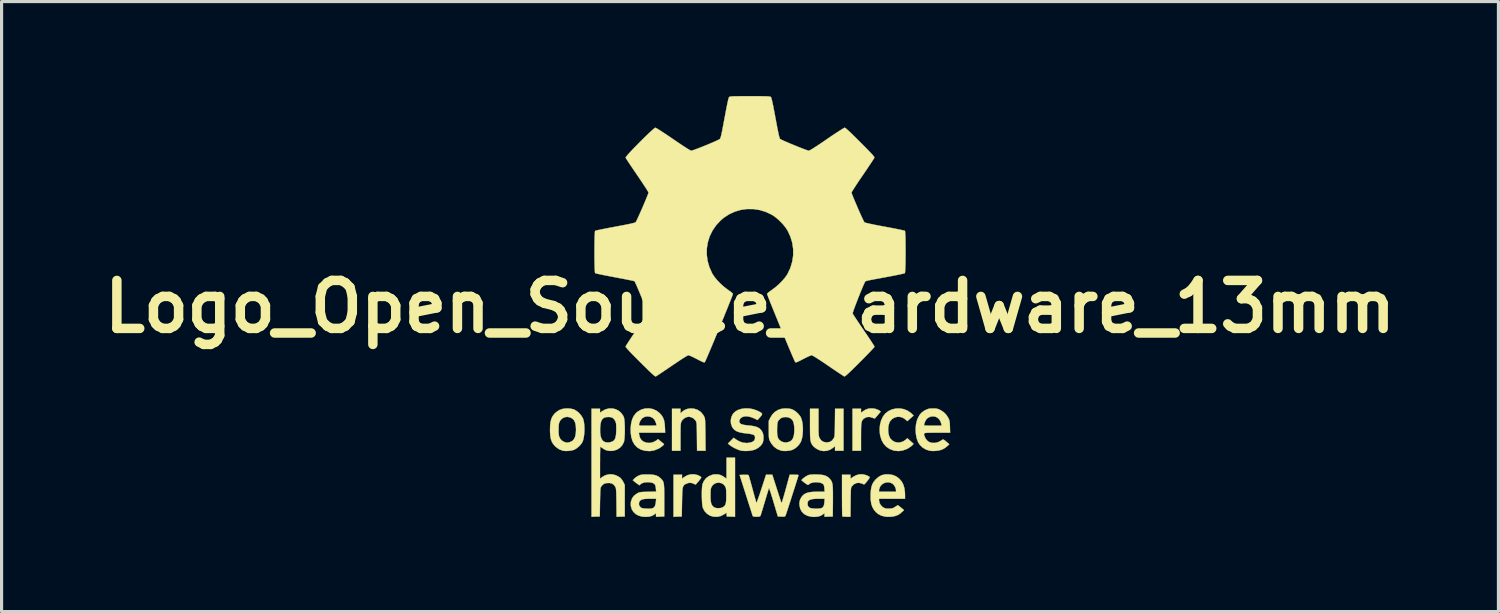
<source format=kicad_pcb>
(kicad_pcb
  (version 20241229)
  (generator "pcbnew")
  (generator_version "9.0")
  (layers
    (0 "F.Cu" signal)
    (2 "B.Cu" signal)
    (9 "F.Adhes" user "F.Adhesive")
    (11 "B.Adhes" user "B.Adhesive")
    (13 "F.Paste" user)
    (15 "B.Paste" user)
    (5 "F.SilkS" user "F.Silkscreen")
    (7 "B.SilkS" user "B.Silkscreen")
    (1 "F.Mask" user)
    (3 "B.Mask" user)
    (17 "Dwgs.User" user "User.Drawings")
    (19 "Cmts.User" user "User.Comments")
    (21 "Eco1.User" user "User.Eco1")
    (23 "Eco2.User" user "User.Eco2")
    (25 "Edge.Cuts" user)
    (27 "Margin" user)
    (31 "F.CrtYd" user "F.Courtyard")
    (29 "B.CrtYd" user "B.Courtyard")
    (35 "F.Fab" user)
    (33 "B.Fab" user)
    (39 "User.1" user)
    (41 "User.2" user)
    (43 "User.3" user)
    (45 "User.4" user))
  (footprint "Logo_Open_Source_Hardware_13mm"
    (layer "F.Cu")
    (at 20.763 6.688)
    (property "Reference" "Logo_Open_Source_Hardware_13mm" (at 0 0 0) (layer "F.SilkS") (effects (font (size 1.524 1.524) (thickness 0.3))))
    (attr through_hole)
    (fp_poly (pts (xy 3.987 3.245) (xy 4.066 3.274) (xy 4.111 3.3) (xy 4.149 3.33) (xy 4.064 3.431) (xy 4.023 3.479) (xy 3.991 3.518) (xy 3.971 3.541) (xy 3.969 3.544) (xy 3.95 3.545) (xy 3.912 3.535) (xy 3.882 3.523) (xy 3.795 3.499) (xy 3.71 3.504) (xy 3.635 3.539) (xy 3.617 3.552) (xy 3.591 3.575) (xy 3.571 3.599) (xy 3.555 3.627) (xy 3.543 3.663) (xy 3.535 3.711) (xy 3.529 3.775) (xy 3.526 3.858) (xy 3.525 3.965) (xy 3.524 4.098) (xy 3.524 4.135) (xy 3.524 4.572) (xy 3.254 4.572) (xy 3.254 3.239) (xy 3.524 3.239) (xy 3.524 3.367) (xy 3.576 3.328) (xy 3.66 3.274) (xy 3.742 3.242) (xy 3.814 3.229) (xy 3.899 3.229) (xy 3.987 3.245)) (stroke (width 0.01) (type solid)) (fill yes) (layer "F.SilkS"))
    (fp_poly (pts (xy -1.676 5.342) (xy -1.641 5.356) (xy -1.594 5.38) (xy -1.56 5.402) (xy -1.549 5.412) (xy -1.553 5.431) (xy -1.576 5.468) (xy -1.612 5.515) (xy -1.63 5.537) (xy -1.671 5.585) (xy -1.703 5.622) (xy -1.721 5.644) (xy -1.723 5.647) (xy -1.737 5.643) (xy -1.769 5.628) (xy -1.786 5.62) (xy -1.871 5.592) (xy -1.956 5.595) (xy -2.023 5.619) (xy -2.058 5.637) (xy -2.085 5.655) (xy -2.107 5.678) (xy -2.123 5.709) (xy -2.136 5.751) (xy -2.144 5.808) (xy -2.15 5.883) (xy -2.154 5.981) (xy -2.157 6.104) (xy -2.159 6.207) (xy -2.167 6.66) (xy -2.298 6.664) (xy -2.429 6.669) (xy -2.429 5.334) (xy -2.159 5.334) (xy -2.159 5.462) (xy -2.099 5.415) (xy -2.003 5.357) (xy -1.896 5.325) (xy -1.784 5.319) (xy -1.676 5.342)) (stroke (width 0.01) (type solid)) (fill yes) (layer "F.SilkS"))
    (fp_poly (pts (xy 3.593 5.322) (xy 3.701 5.353) (xy 3.709 5.356) (xy 3.756 5.38) (xy 3.79 5.401) (xy 3.801 5.412) (xy 3.796 5.429) (xy 3.774 5.464) (xy 3.743 5.508) (xy 3.707 5.554) (xy 3.671 5.597) (xy 3.641 5.629) (xy 3.622 5.642) (xy 3.621 5.643) (xy 3.602 5.636) (xy 3.565 5.621) (xy 3.549 5.613) (xy 3.463 5.591) (xy 3.38 5.598) (xy 3.302 5.635) (xy 3.235 5.7) (xy 3.232 5.705) (xy 3.222 5.719) (xy 3.215 5.736) (xy 3.209 5.759) (xy 3.204 5.793) (xy 3.201 5.84) (xy 3.199 5.904) (xy 3.197 5.99) (xy 3.195 6.101) (xy 3.194 6.208) (xy 3.189 6.668) (xy 3.066 6.668) (xy 3.006 6.666) (xy 2.959 6.663) (xy 2.933 6.658) (xy 2.932 6.657) (xy 2.929 6.639) (xy 2.927 6.593) (xy 2.925 6.522) (xy 2.924 6.43) (xy 2.922 6.319) (xy 2.922 6.193) (xy 2.921 6.056) (xy 2.921 5.99) (xy 2.921 5.334) (xy 3.191 5.334) (xy 3.191 5.461) (xy 3.266 5.407) (xy 3.371 5.35) (xy 3.481 5.321) (xy 3.593 5.322)) (stroke (width 0.01) (type solid)) (fill yes) (layer "F.SilkS"))
    (fp_poly (pts (xy 2.175 3.672) (xy 2.175 3.801) (xy 2.175 3.902) (xy 2.177 3.98) (xy 2.179 4.038) (xy 2.182 4.081) (xy 2.187 4.113) (xy 2.194 4.138) (xy 2.203 4.16) (xy 2.211 4.175) (xy 2.261 4.246) (xy 2.329 4.29) (xy 2.415 4.308) (xy 2.436 4.309) (xy 2.524 4.296) (xy 2.594 4.258) (xy 2.649 4.193) (xy 2.654 4.184) (xy 2.665 4.164) (xy 2.673 4.144) (xy 2.68 4.119) (xy 2.685 4.086) (xy 2.688 4.041) (xy 2.691 3.979) (xy 2.693 3.898) (xy 2.695 3.791) (xy 2.696 3.679) (xy 2.701 3.239) (xy 2.969 3.239) (xy 2.969 4.572) (xy 2.699 4.572) (xy 2.699 4.426) (xy 2.64 4.477) (xy 2.546 4.539) (xy 2.44 4.575) (xy 2.329 4.583) (xy 2.218 4.562) (xy 2.212 4.559) (xy 2.111 4.511) (xy 2.027 4.447) (xy 1.985 4.398) (xy 1.964 4.367) (xy 1.946 4.335) (xy 1.933 4.3) (xy 1.923 4.258) (xy 1.915 4.204) (xy 1.91 4.136) (xy 1.907 4.049) (xy 1.906 3.94) (xy 1.905 3.804) (xy 1.905 3.729) (xy 1.905 3.239) (xy 2.175 3.239) (xy 2.175 3.672)) (stroke (width 0.01) (type solid)) (fill yes) (layer "F.SilkS"))
    (fp_poly (pts (xy 4.881 3.252) (xy 4.999 3.299) (xy 5.105 3.37) (xy 5.149 3.41) (xy 5.193 3.457) (xy 4.994 3.633) (xy 4.935 3.58) (xy 4.854 3.526) (xy 4.766 3.498) (xy 4.675 3.496) (xy 4.589 3.519) (xy 4.512 3.565) (xy 4.45 3.633) (xy 4.426 3.678) (xy 4.398 3.769) (xy 4.386 3.872) (xy 4.389 3.978) (xy 4.407 4.077) (xy 4.439 4.159) (xy 4.45 4.178) (xy 4.515 4.247) (xy 4.594 4.292) (xy 4.684 4.313) (xy 4.776 4.307) (xy 4.867 4.275) (xy 4.935 4.229) (xy 4.996 4.176) (xy 5.193 4.354) (xy 5.141 4.409) (xy 5.099 4.443) (xy 5.041 4.482) (xy 4.979 4.517) (xy 4.976 4.518) (xy 4.851 4.564) (xy 4.722 4.583) (xy 4.595 4.573) (xy 4.564 4.567) (xy 4.436 4.518) (xy 4.328 4.446) (xy 4.242 4.351) (xy 4.177 4.233) (xy 4.134 4.092) (xy 4.124 4.036) (xy 4.115 3.89) (xy 4.128 3.747) (xy 4.162 3.614) (xy 4.216 3.496) (xy 4.288 3.399) (xy 4.296 3.391) (xy 4.395 3.313) (xy 4.508 3.261) (xy 4.63 3.233) (xy 4.756 3.23) (xy 4.881 3.252)) (stroke (width 0.01) (type solid)) (fill yes) (layer "F.SilkS"))
    (fp_poly (pts (xy -1.771 3.239) (xy -1.667 3.273) (xy -1.664 3.275) (xy -1.566 3.34) (xy -1.489 3.43) (xy -1.448 3.503) (xy -1.441 3.524) (xy -1.434 3.55) (xy -1.429 3.585) (xy -1.425 3.633) (xy -1.422 3.698) (xy -1.42 3.782) (xy -1.418 3.89) (xy -1.416 4.025) (xy -1.416 4.068) (xy -1.411 4.572) (xy -1.681 4.572) (xy -1.686 4.124) (xy -1.687 3.992) (xy -1.689 3.889) (xy -1.691 3.81) (xy -1.693 3.75) (xy -1.697 3.707) (xy -1.702 3.676) (xy -1.708 3.652) (xy -1.717 3.634) (xy -1.728 3.615) (xy -1.729 3.614) (xy -1.781 3.556) (xy -1.852 3.514) (xy -1.929 3.494) (xy -1.945 3.493) (xy -2.019 3.507) (xy -2.091 3.545) (xy -2.149 3.6) (xy -2.171 3.635) (xy -2.182 3.657) (xy -2.19 3.679) (xy -2.196 3.706) (xy -2.2 3.741) (xy -2.203 3.788) (xy -2.205 3.852) (xy -2.206 3.937) (xy -2.207 4.047) (xy -2.207 4.139) (xy -2.207 4.572) (xy -2.477 4.572) (xy -2.477 3.239) (xy -2.207 3.239) (xy -2.207 3.386) (xy -2.163 3.342) (xy -2.083 3.282) (xy -1.986 3.244) (xy -1.879 3.229) (xy -1.771 3.239)) (stroke (width 0.01) (type solid)) (fill yes) (layer "F.SilkS"))
    (fp_poly (pts (xy -0.476 6.669) (xy -0.738 6.66) (xy -0.743 6.6) (xy -0.748 6.54) (xy -0.815 6.586) (xy -0.925 6.644) (xy -1.042 6.671) (xy -1.163 6.666) (xy -1.27 6.634) (xy -1.363 6.575) (xy -1.44 6.494) (xy -1.493 6.397) (xy -1.503 6.366) (xy -1.513 6.313) (xy -1.521 6.236) (xy -1.526 6.142) (xy -1.529 6.038) (xy -1.53 5.986) (xy -1.254 5.986) (xy -1.252 6.095) (xy -1.246 6.178) (xy -1.234 6.24) (xy -1.215 6.288) (xy -1.188 6.327) (xy -1.184 6.332) (xy -1.147 6.366) (xy -1.103 6.386) (xy -1.044 6.395) (xy -1 6.397) (xy -0.919 6.389) (xy -0.862 6.367) (xy -0.823 6.339) (xy -0.795 6.307) (xy -0.775 6.266) (xy -0.763 6.21) (xy -0.756 6.134) (xy -0.754 6.033) (xy -0.754 6.001) (xy -0.755 5.907) (xy -0.757 5.839) (xy -0.761 5.79) (xy -0.768 5.754) (xy -0.779 5.725) (xy -0.787 5.709) (xy -0.835 5.646) (xy -0.9 5.606) (xy -0.974 5.587) (xy -1.05 5.591) (xy -1.122 5.617) (xy -1.183 5.664) (xy -1.218 5.714) (xy -1.234 5.748) (xy -1.244 5.783) (xy -1.25 5.826) (xy -1.253 5.884) (xy -1.254 5.965) (xy -1.254 5.986) (xy -1.53 5.986) (xy -1.53 5.932) (xy -1.528 5.83) (xy -1.523 5.74) (xy -1.515 5.67) (xy -1.509 5.636) (xy -1.465 5.533) (xy -1.396 5.446) (xy -1.307 5.38) (xy -1.203 5.337) (xy -1.12 5.322) (xy -1.031 5.322) (xy -0.953 5.338) (xy -0.875 5.374) (xy -0.825 5.406) (xy -0.746 5.459) (xy -0.746 4.794) (xy -0.476 4.794) (xy -0.476 6.669)) (stroke (width 0.01) (type solid)) (fill yes) (layer "F.SilkS"))
    (fp_poly (pts (xy 1.2 3.231) (xy 1.297 3.246) (xy 1.352 3.265) (xy 1.439 3.317) (xy 1.521 3.389) (xy 1.588 3.47) (xy 1.614 3.514) (xy 1.646 3.601) (xy 1.667 3.71) (xy 1.678 3.832) (xy 1.678 3.959) (xy 1.668 4.083) (xy 1.646 4.196) (xy 1.615 4.288) (xy 1.611 4.295) (xy 1.56 4.375) (xy 1.49 4.45) (xy 1.411 4.511) (xy 1.337 4.548) (xy 1.249 4.569) (xy 1.152 4.58) (xy 1.057 4.579) (xy 0.983 4.567) (xy 0.861 4.518) (xy 0.76 4.444) (xy 0.677 4.344) (xy 0.631 4.26) (xy 0.618 4.229) (xy 0.608 4.199) (xy 0.602 4.162) (xy 0.598 4.114) (xy 0.596 4.048) (xy 0.596 3.981) (xy 0.859 3.981) (xy 0.866 4.073) (xy 0.881 4.144) (xy 0.907 4.199) (xy 0.938 4.237) (xy 1.006 4.284) (xy 1.089 4.308) (xy 1.177 4.308) (xy 1.262 4.282) (xy 1.269 4.279) (xy 1.323 4.239) (xy 1.362 4.182) (xy 1.389 4.102) (xy 1.401 4.031) (xy 1.408 3.928) (xy 1.406 3.826) (xy 1.394 3.732) (xy 1.374 3.655) (xy 1.35 3.604) (xy 1.291 3.546) (xy 1.214 3.512) (xy 1.127 3.502) (xy 1.035 3.514) (xy 0.961 3.551) (xy 0.903 3.614) (xy 0.9 3.619) (xy 0.884 3.649) (xy 0.874 3.683) (xy 0.867 3.728) (xy 0.862 3.793) (xy 0.86 3.863) (xy 0.859 3.981) (xy 0.596 3.981) (xy 0.595 3.96) (xy 0.595 3.905) (xy 0.595 3.627) (xy 0.647 3.521) (xy 0.708 3.422) (xy 0.783 3.345) (xy 0.88 3.284) (xy 0.904 3.272) (xy 0.992 3.244) (xy 1.094 3.23) (xy 1.2 3.231)) (stroke (width 0.01) (type solid)) (fill yes) (layer "F.SilkS"))
    (fp_poly (pts (xy -5.716 3.233) (xy -5.612 3.255) (xy -5.576 3.269) (xy -5.498 3.316) (xy -5.421 3.382) (xy -5.356 3.46) (xy -5.308 3.54) (xy -5.294 3.576) (xy -5.272 3.674) (xy -5.26 3.788) (xy -5.257 3.91) (xy -5.263 4.031) (xy -5.278 4.145) (xy -5.3 4.242) (xy -5.323 4.3) (xy -5.368 4.368) (xy -5.432 4.436) (xy -5.505 4.496) (xy -5.578 4.539) (xy -5.599 4.547) (xy -5.676 4.567) (xy -5.766 4.578) (xy -5.854 4.581) (xy -5.928 4.574) (xy -5.941 4.572) (xy -6.06 4.526) (xy -6.165 4.452) (xy -6.193 4.425) (xy -6.251 4.357) (xy -6.294 4.284) (xy -6.323 4.2) (xy -6.341 4.1) (xy -6.349 3.978) (xy -6.35 3.906) (xy -6.079 3.906) (xy -6.078 3.991) (xy -6.072 4.065) (xy -6.063 4.116) (xy -6.026 4.194) (xy -5.965 4.257) (xy -5.898 4.294) (xy -5.844 4.311) (xy -5.802 4.316) (xy -5.757 4.309) (xy -5.724 4.3) (xy -5.649 4.267) (xy -5.593 4.212) (xy -5.554 4.133) (xy -5.532 4.03) (xy -5.524 3.905) (xy -5.531 3.781) (xy -5.551 3.682) (xy -5.586 3.607) (xy -5.638 3.553) (xy -5.707 3.516) (xy -5.795 3.497) (xy -5.879 3.507) (xy -5.956 3.543) (xy -6.017 3.6) (xy -6.058 3.678) (xy -6.062 3.691) (xy -6.072 3.746) (xy -6.077 3.821) (xy -6.079 3.906) (xy -6.35 3.906) (xy -6.35 3.905) (xy -6.346 3.766) (xy -6.332 3.653) (xy -6.307 3.559) (xy -6.269 3.479) (xy -6.216 3.408) (xy -6.189 3.379) (xy -6.136 3.335) (xy -6.072 3.293) (xy -6.035 3.273) (xy -5.939 3.242) (xy -5.829 3.229) (xy -5.716 3.233)) (stroke (width 0.01) (type solid)) (fill yes) (layer "F.SilkS"))
    (fp_poly (pts (xy 4.517 5.339) (xy 4.618 5.376) (xy 4.711 5.438) (xy 4.739 5.463) (xy 4.813 5.547) (xy 4.866 5.645) (xy 4.901 5.762) (xy 4.919 5.901) (xy 4.921 5.989) (xy 4.921 6.096) (xy 4.096 6.096) (xy 4.096 6.149) (xy 4.11 6.224) (xy 4.149 6.297) (xy 4.206 6.357) (xy 4.239 6.378) (xy 4.284 6.399) (xy 4.327 6.409) (xy 4.382 6.412) (xy 4.424 6.41) (xy 4.49 6.405) (xy 4.537 6.395) (xy 4.579 6.375) (xy 4.611 6.354) (xy 4.653 6.326) (xy 4.683 6.307) (xy 4.693 6.302) (xy 4.709 6.312) (xy 4.742 6.337) (xy 4.786 6.373) (xy 4.795 6.38) (xy 4.889 6.458) (xy 4.819 6.522) (xy 4.773 6.561) (xy 4.728 6.595) (xy 4.705 6.609) (xy 4.607 6.646) (xy 4.493 6.667) (xy 4.372 6.672) (xy 4.298 6.666) (xy 4.175 6.636) (xy 4.072 6.584) (xy 3.997 6.522) (xy 3.929 6.44) (xy 3.879 6.348) (xy 3.847 6.241) (xy 3.83 6.114) (xy 3.829 5.963) (xy 3.83 5.943) (xy 3.838 5.829) (xy 4.096 5.829) (xy 4.096 5.874) (xy 4.636 5.874) (xy 4.636 5.825) (xy 4.623 5.761) (xy 4.59 5.693) (xy 4.543 5.635) (xy 4.522 5.618) (xy 4.447 5.583) (xy 4.365 5.574) (xy 4.283 5.589) (xy 4.209 5.626) (xy 4.15 5.684) (xy 4.131 5.714) (xy 4.11 5.766) (xy 4.097 5.813) (xy 4.096 5.829) (xy 3.838 5.829) (xy 3.839 5.819) (xy 3.856 5.719) (xy 3.884 5.636) (xy 3.925 5.564) (xy 3.982 5.493) (xy 4 5.475) (xy 4.092 5.396) (xy 4.188 5.347) (xy 4.296 5.323) (xy 4.397 5.322) (xy 4.517 5.339)) (stroke (width 0.01) (type solid)) (fill yes) (layer "F.SilkS"))
    (fp_poly (pts (xy -3.088 3.249) (xy -2.974 3.299) (xy -2.885 3.365) (xy -2.814 3.439) (xy -2.764 3.518) (xy -2.729 3.609) (xy -2.709 3.717) (xy -2.702 3.822) (xy -2.695 4) (xy -3.528 4) (xy -3.52 4.062) (xy -3.495 4.158) (xy -3.447 4.233) (xy -3.391 4.278) (xy -3.294 4.317) (xy -3.191 4.326) (xy -3.089 4.307) (xy -2.993 4.26) (xy -2.975 4.247) (xy -2.92 4.204) (xy -2.829 4.28) (xy -2.784 4.317) (xy -2.75 4.346) (xy -2.732 4.36) (xy -2.732 4.361) (xy -2.735 4.376) (xy -2.758 4.402) (xy -2.797 4.435) (xy -2.843 4.469) (xy -2.892 4.5) (xy -2.903 4.505) (xy -3.037 4.56) (xy -3.173 4.584) (xy -3.315 4.576) (xy -3.349 4.571) (xy -3.474 4.532) (xy -3.579 4.469) (xy -3.664 4.382) (xy -3.727 4.273) (xy -3.769 4.142) (xy -3.789 3.989) (xy -3.79 3.858) (xy -3.778 3.743) (xy -3.524 3.743) (xy -3.523 3.755) (xy -3.518 3.765) (xy -3.504 3.771) (xy -3.477 3.775) (xy -3.433 3.777) (xy -3.366 3.778) (xy -3.273 3.778) (xy -3.246 3.778) (xy -3.157 3.778) (xy -3.079 3.776) (xy -3.018 3.773) (xy -2.98 3.77) (xy -2.969 3.766) (xy -2.977 3.722) (xy -2.996 3.665) (xy -3.021 3.61) (xy -3.041 3.577) (xy -3.1 3.524) (xy -3.175 3.492) (xy -3.257 3.482) (xy -3.337 3.494) (xy -3.408 3.531) (xy -3.415 3.536) (xy -3.459 3.585) (xy -3.495 3.646) (xy -3.519 3.708) (xy -3.524 3.743) (xy -3.778 3.743) (xy -3.773 3.702) (xy -3.74 3.571) (xy -3.688 3.463) (xy -3.616 3.374) (xy -3.56 3.327) (xy -3.449 3.265) (xy -3.33 3.232) (xy -3.208 3.227) (xy -3.088 3.249)) (stroke (width 0.01) (type solid)) (fill yes) (layer "F.SilkS"))
    (fp_poly (pts (xy -0.027 3.231) (xy 0.1 3.254) (xy 0.224 3.298) (xy 0.253 3.312) (xy 0.323 3.348) (xy 0.365 3.375) (xy 0.383 3.401) (xy 0.378 3.429) (xy 0.353 3.467) (xy 0.32 3.506) (xy 0.239 3.598) (xy 0.132 3.545) (xy 0.027 3.504) (xy -0.072 3.482) (xy -0.161 3.48) (xy -0.237 3.499) (xy -0.295 3.536) (xy -0.323 3.575) (xy -0.34 3.618) (xy -0.342 3.648) (xy -0.33 3.679) (xy -0.312 3.705) (xy -0.281 3.726) (xy -0.234 3.743) (xy -0.167 3.756) (xy -0.074 3.768) (xy -0.007 3.774) (xy 0.12 3.792) (xy 0.22 3.82) (xy 0.298 3.862) (xy 0.356 3.92) (xy 0.4 3.995) (xy 0.404 4.004) (xy 0.422 4.073) (xy 0.429 4.157) (xy 0.423 4.24) (xy 0.406 4.312) (xy 0.398 4.332) (xy 0.343 4.41) (xy 0.265 4.478) (xy 0.172 4.53) (xy 0.152 4.538) (xy 0.068 4.561) (xy -0.034 4.576) (xy -0.14 4.581) (xy -0.238 4.576) (xy -0.278 4.57) (xy -0.355 4.548) (xy -0.445 4.511) (xy -0.534 4.466) (xy -0.611 4.418) (xy -0.64 4.396) (xy -0.701 4.345) (xy -0.61 4.253) (xy -0.518 4.161) (xy -0.443 4.216) (xy -0.333 4.28) (xy -0.214 4.318) (xy -0.094 4.329) (xy 0.021 4.311) (xy 0.092 4.283) (xy 0.136 4.246) (xy 0.156 4.194) (xy 0.159 4.156) (xy 0.155 4.117) (xy 0.139 4.088) (xy 0.109 4.066) (xy 0.059 4.049) (xy -0.014 4.035) (xy -0.115 4.023) (xy -0.12 4.023) (xy -0.252 4.005) (xy -0.357 3.98) (xy -0.439 3.947) (xy -0.502 3.903) (xy -0.549 3.847) (xy -0.571 3.81) (xy -0.605 3.71) (xy -0.611 3.604) (xy -0.591 3.5) (xy -0.544 3.406) (xy -0.54 3.4) (xy -0.471 3.33) (xy -0.38 3.278) (xy -0.272 3.244) (xy -0.153 3.228) (xy -0.027 3.231)) (stroke (width 0.01) (type solid)) (fill yes) (layer "F.SilkS"))
    (fp_poly (pts (xy 5.884 3.232) (xy 5.938 3.239) (xy 5.985 3.253) (xy 6.035 3.275) (xy 6.143 3.344) (xy 6.233 3.433) (xy 6.299 3.538) (xy 6.301 3.54) (xy 6.319 3.584) (xy 6.332 3.627) (xy 6.34 3.679) (xy 6.345 3.747) (xy 6.347 3.814) (xy 6.353 4) (xy 5.939 4) (xy 5.81 4) (xy 5.711 4.001) (xy 5.636 4.002) (xy 5.583 4.006) (xy 5.549 4.013) (xy 5.53 4.024) (xy 5.524 4.04) (xy 5.526 4.062) (xy 5.534 4.092) (xy 5.541 4.115) (xy 5.573 4.185) (xy 5.623 4.249) (xy 5.681 4.293) (xy 5.769 4.322) (xy 5.866 4.325) (xy 5.964 4.304) (xy 6.054 4.26) (xy 6.073 4.247) (xy 6.101 4.227) (xy 6.122 4.217) (xy 6.145 4.22) (xy 6.174 4.238) (xy 6.217 4.273) (xy 6.256 4.307) (xy 6.326 4.368) (xy 6.25 4.437) (xy 6.193 4.482) (xy 6.126 4.521) (xy 6.086 4.54) (xy 6 4.563) (xy 5.899 4.577) (xy 5.798 4.581) (xy 5.71 4.573) (xy 5.701 4.572) (xy 5.581 4.532) (xy 5.476 4.468) (xy 5.391 4.385) (xy 5.336 4.299) (xy 5.291 4.174) (xy 5.265 4.033) (xy 5.258 3.885) (xy 5.268 3.765) (xy 5.524 3.765) (xy 5.54 3.769) (xy 5.581 3.773) (xy 5.645 3.776) (xy 5.724 3.778) (xy 5.804 3.778) (xy 6.084 3.778) (xy 6.073 3.719) (xy 6.042 3.628) (xy 5.991 3.557) (xy 5.924 3.507) (xy 5.847 3.482) (xy 5.764 3.482) (xy 5.681 3.51) (xy 5.62 3.551) (xy 5.589 3.588) (xy 5.56 3.644) (xy 5.536 3.705) (xy 5.525 3.758) (xy 5.524 3.765) (xy 5.268 3.765) (xy 5.27 3.739) (xy 5.302 3.605) (xy 5.327 3.543) (xy 5.38 3.443) (xy 5.442 3.368) (xy 5.52 3.309) (xy 5.569 3.283) (xy 5.626 3.256) (xy 5.674 3.24) (xy 5.724 3.233) (xy 5.79 3.231) (xy 5.81 3.231) (xy 5.884 3.232)) (stroke (width 0.01) (type solid)) (fill yes) (layer "F.SilkS"))
    (fp_poly (pts (xy -3.141 5.33) (xy -3.044 5.341) (xy -2.967 5.363) (xy -2.902 5.396) (xy -2.844 5.443) (xy -2.833 5.453) (xy -2.805 5.482) (xy -2.781 5.51) (xy -2.763 5.54) (xy -2.749 5.576) (xy -2.738 5.621) (xy -2.731 5.679) (xy -2.727 5.753) (xy -2.724 5.847) (xy -2.723 5.965) (xy -2.723 6.11) (xy -2.723 6.152) (xy -2.723 6.66) (xy -2.854 6.664) (xy -2.985 6.669) (xy -2.985 6.554) (xy -3.032 6.593) (xy -3.111 6.64) (xy -3.211 6.666) (xy -3.331 6.672) (xy -3.416 6.665) (xy -3.531 6.636) (xy -3.628 6.584) (xy -3.704 6.513) (xy -3.757 6.425) (xy -3.784 6.324) (xy -3.784 6.265) (xy -3.529 6.265) (xy -3.512 6.325) (xy -3.471 6.373) (xy -3.442 6.39) (xy -3.396 6.401) (xy -3.33 6.409) (xy -3.255 6.413) (xy -3.181 6.412) (xy -3.12 6.406) (xy -3.09 6.398) (xy -3.045 6.369) (xy -3.014 6.319) (xy -2.995 6.243) (xy -2.99 6.201) (xy -2.98 6.096) (xy -3.172 6.096) (xy -3.286 6.099) (xy -3.372 6.107) (xy -3.435 6.123) (xy -3.479 6.148) (xy -3.509 6.182) (xy -3.518 6.202) (xy -3.529 6.265) (xy -3.784 6.265) (xy -3.784 6.214) (xy -3.778 6.183) (xy -3.743 6.082) (xy -3.681 5.999) (xy -3.592 5.933) (xy -3.587 5.93) (xy -3.553 5.912) (xy -3.524 5.899) (xy -3.492 5.89) (xy -3.452 5.885) (xy -3.397 5.881) (xy -3.321 5.878) (xy -3.24 5.876) (xy -2.98 5.87) (xy -2.989 5.768) (xy -3 5.692) (xy -3.022 5.641) (xy -3.06 5.608) (xy -3.11 5.588) (xy -3.198 5.573) (xy -3.288 5.572) (xy -3.372 5.584) (xy -3.44 5.61) (xy -3.47 5.631) (xy -3.512 5.669) (xy -3.57 5.628) (xy -3.619 5.592) (xy -3.667 5.555) (xy -3.675 5.548) (xy -3.722 5.51) (xy -3.669 5.455) (xy -3.622 5.415) (xy -3.563 5.377) (xy -3.534 5.363) (xy -3.494 5.347) (xy -3.455 5.336) (xy -3.407 5.33) (xy -3.344 5.327) (xy -3.262 5.326) (xy -3.141 5.33)) (stroke (width 0.01) (type solid)) (fill yes) (layer "F.SilkS"))
    (fp_poly (pts (xy 2.222 5.331) (xy 2.322 5.345) (xy 2.403 5.369) (xy 2.469 5.405) (xy 2.526 5.456) (xy 2.53 5.461) (xy 2.558 5.494) (xy 2.58 5.527) (xy 2.598 5.564) (xy 2.611 5.609) (xy 2.621 5.665) (xy 2.627 5.736) (xy 2.631 5.826) (xy 2.632 5.938) (xy 2.632 6.076) (xy 2.632 6.176) (xy 2.627 6.66) (xy 2.496 6.664) (xy 2.365 6.669) (xy 2.365 6.554) (xy 2.318 6.593) (xy 2.241 6.639) (xy 2.142 6.666) (xy 2.026 6.674) (xy 1.933 6.666) (xy 1.817 6.636) (xy 1.72 6.583) (xy 1.645 6.509) (xy 1.595 6.416) (xy 1.571 6.307) (xy 1.569 6.259) (xy 1.569 6.248) (xy 1.826 6.248) (xy 1.835 6.316) (xy 1.866 6.363) (xy 1.91 6.39) (xy 1.956 6.402) (xy 2.022 6.409) (xy 2.098 6.413) (xy 2.172 6.411) (xy 2.235 6.404) (xy 2.264 6.397) (xy 2.307 6.374) (xy 2.336 6.335) (xy 2.354 6.275) (xy 2.362 6.204) (xy 2.37 6.096) (xy 2.189 6.096) (xy 2.066 6.099) (xy 1.972 6.11) (xy 1.904 6.129) (xy 1.859 6.158) (xy 1.833 6.197) (xy 1.826 6.248) (xy 1.569 6.248) (xy 1.574 6.187) (xy 1.59 6.127) (xy 1.614 6.078) (xy 1.658 6.011) (xy 1.713 5.959) (xy 1.781 5.921) (xy 1.866 5.895) (xy 1.974 5.88) (xy 2.107 5.874) (xy 2.147 5.874) (xy 2.369 5.874) (xy 2.363 5.771) (xy 2.353 5.696) (xy 2.335 5.648) (xy 2.327 5.637) (xy 2.279 5.604) (xy 2.211 5.583) (xy 2.131 5.573) (xy 2.047 5.575) (xy 1.969 5.588) (xy 1.904 5.612) (xy 1.862 5.646) (xy 1.85 5.656) (xy 1.832 5.655) (xy 1.804 5.64) (xy 1.758 5.608) (xy 1.739 5.595) (xy 1.691 5.558) (xy 1.655 5.528) (xy 1.636 5.51) (xy 1.635 5.507) (xy 1.648 5.487) (xy 1.68 5.457) (xy 1.724 5.422) (xy 1.773 5.388) (xy 1.82 5.362) (xy 1.825 5.359) (xy 1.861 5.345) (xy 1.899 5.335) (xy 1.946 5.33) (xy 2.011 5.327) (xy 2.095 5.327) (xy 2.222 5.331)) (stroke (width 0.01) (type solid)) (fill yes) (layer "F.SilkS"))
    (fp_poly (pts (xy 0.848 5.775) (xy 0.885 5.888) (xy 0.918 5.991) (xy 0.948 6.082) (xy 0.972 6.155) (xy 0.989 6.206) (xy 0.998 6.232) (xy 0.999 6.235) (xy 1.006 6.225) (xy 1.019 6.188) (xy 1.039 6.127) (xy 1.063 6.047) (xy 1.091 5.95) (xy 1.122 5.84) (xy 1.135 5.794) (xy 1.26 5.334) (xy 1.4 5.334) (xy 1.462 5.335) (xy 1.51 5.338) (xy 1.537 5.343) (xy 1.54 5.345) (xy 1.535 5.364) (xy 1.522 5.408) (xy 1.501 5.475) (xy 1.474 5.561) (xy 1.443 5.661) (xy 1.407 5.772) (xy 1.369 5.891) (xy 1.33 6.012) (xy 1.292 6.134) (xy 1.254 6.25) (xy 1.219 6.358) (xy 1.187 6.455) (xy 1.161 6.535) (xy 1.141 6.595) (xy 1.128 6.631) (xy 1.124 6.64) (xy 1.112 6.655) (xy 1.088 6.663) (xy 1.046 6.666) (xy 0.997 6.664) (xy 0.885 6.66) (xy 0.748 6.204) (xy 0.714 6.09) (xy 0.682 5.987) (xy 0.654 5.899) (xy 0.631 5.83) (xy 0.614 5.782) (xy 0.604 5.76) (xy 0.603 5.759) (xy 0.596 5.777) (xy 0.581 5.821) (xy 0.561 5.887) (xy 0.535 5.972) (xy 0.505 6.072) (xy 0.472 6.181) (xy 0.469 6.191) (xy 0.436 6.303) (xy 0.405 6.405) (xy 0.378 6.494) (xy 0.356 6.566) (xy 0.34 6.615) (xy 0.331 6.639) (xy 0.331 6.64) (xy 0.317 6.655) (xy 0.289 6.664) (xy 0.241 6.667) (xy 0.205 6.668) (xy 0.135 6.665) (xy 0.096 6.656) (xy 0.087 6.648) (xy 0.081 6.629) (xy 0.066 6.583) (xy 0.044 6.513) (xy 0.015 6.423) (xy -0.02 6.315) (xy -0.059 6.194) (xy -0.101 6.061) (xy -0.125 5.985) (xy -0.33 5.342) (xy -0.194 5.337) (xy -0.132 5.337) (xy -0.081 5.339) (xy -0.052 5.343) (xy -0.048 5.345) (xy -0.041 5.363) (xy -0.027 5.408) (xy -0.008 5.475) (xy 0.017 5.561) (xy 0.045 5.662) (xy 0.075 5.773) (xy 0.078 5.786) (xy 0.109 5.898) (xy 0.137 6) (xy 0.162 6.088) (xy 0.182 6.157) (xy 0.196 6.205) (xy 0.204 6.226) (xy 0.205 6.227) (xy 0.212 6.215) (xy 0.228 6.177) (xy 0.25 6.116) (xy 0.279 6.035) (xy 0.312 5.938) (xy 0.348 5.829) (xy 0.362 5.786) (xy 0.509 5.334) (xy 0.707 5.334) (xy 0.848 5.775)) (stroke (width 0.01) (type solid)) (fill yes) (layer "F.SilkS"))
    (fp_poly (pts (xy -4.272 3.253) (xy -4.175 3.3) (xy -4.093 3.37) (xy -4.028 3.461) (xy -4.005 3.511) (xy -3.994 3.559) (xy -3.985 3.633) (xy -3.979 3.725) (xy -3.976 3.828) (xy -3.975 3.936) (xy -3.977 4.042) (xy -3.983 4.14) (xy -3.991 4.222) (xy -4.001 4.283) (xy -4.005 4.297) (xy -4.056 4.397) (xy -4.13 4.478) (xy -4.223 4.537) (xy -4.331 4.571) (xy -4.421 4.579) (xy -4.505 4.573) (xy -4.576 4.554) (xy -4.645 4.517) (xy -4.694 4.483) (xy -4.728 4.459) (xy -4.751 4.446) (xy -4.754 4.445) (xy -4.756 4.46) (xy -4.758 4.503) (xy -4.759 4.571) (xy -4.761 4.659) (xy -4.762 4.764) (xy -4.762 4.881) (xy -4.763 4.953) (xy -4.763 5.461) (xy -4.693 5.408) (xy -4.594 5.351) (xy -4.486 5.323) (xy -4.374 5.323) (xy -4.263 5.35) (xy -4.158 5.404) (xy -4.115 5.437) (xy -4.081 5.474) (xy -4.044 5.528) (xy -4.021 5.569) (xy -3.977 5.659) (xy -3.977 6.66) (xy -4.236 6.669) (xy -4.241 6.22) (xy -4.243 6.087) (xy -4.245 5.983) (xy -4.247 5.903) (xy -4.25 5.842) (xy -4.254 5.798) (xy -4.259 5.766) (xy -4.265 5.743) (xy -4.274 5.725) (xy -4.278 5.717) (xy -4.325 5.654) (xy -4.38 5.616) (xy -4.45 5.598) (xy -4.501 5.596) (xy -4.581 5.603) (xy -4.642 5.626) (xy -4.695 5.672) (xy -4.722 5.705) (xy -4.731 5.72) (xy -4.739 5.737) (xy -4.745 5.761) (xy -4.75 5.795) (xy -4.753 5.843) (xy -4.756 5.909) (xy -4.758 5.997) (xy -4.761 6.111) (xy -4.763 6.204) (xy -4.77 6.66) (xy -4.901 6.664) (xy -5.032 6.669) (xy -5.032 3.849) (xy -4.759 3.849) (xy -4.759 3.992) (xy -4.744 4.108) (xy -4.714 4.197) (xy -4.669 4.26) (xy -4.607 4.298) (xy -4.528 4.312) (xy -4.48 4.31) (xy -4.424 4.299) (xy -4.372 4.281) (xy -4.364 4.277) (xy -4.32 4.246) (xy -4.288 4.199) (xy -4.266 4.134) (xy -4.252 4.047) (xy -4.247 3.934) (xy -4.247 3.897) (xy -4.247 3.809) (xy -4.25 3.745) (xy -4.255 3.699) (xy -4.264 3.664) (xy -4.277 3.633) (xy -4.279 3.628) (xy -4.322 3.563) (xy -4.373 3.523) (xy -4.439 3.504) (xy -4.501 3.5) (xy -4.584 3.508) (xy -4.649 3.534) (xy -4.697 3.58) (xy -4.73 3.649) (xy -4.75 3.744) (xy -4.759 3.849) (xy -5.032 3.849) (xy -5.032 3.239) (xy -4.763 3.239) (xy -4.763 3.302) (xy -4.763 3.366) (xy -4.696 3.318) (xy -4.593 3.261) (xy -4.485 3.232) (xy -4.376 3.23) (xy -4.272 3.253)) (stroke (width 0.01) (type solid)) (fill yes) (layer "F.SilkS"))
    (fp_poly (pts (xy 0.16 -6.683) (xy 0.29 -6.683) (xy 0.395 -6.682) (xy 0.478 -6.681) (xy 0.54 -6.679) (xy 0.586 -6.676) (xy 0.618 -6.673) (xy 0.64 -6.668) (xy 0.654 -6.663) (xy 0.663 -6.656) (xy 0.663 -6.656) (xy 0.672 -6.639) (xy 0.683 -6.604) (xy 0.697 -6.549) (xy 0.715 -6.472) (xy 0.736 -6.371) (xy 0.76 -6.244) (xy 0.79 -6.088) (xy 0.807 -5.993) (xy 0.84 -5.819) (xy 0.867 -5.675) (xy 0.891 -5.558) (xy 0.91 -5.467) (xy 0.926 -5.401) (xy 0.939 -5.356) (xy 0.949 -5.333) (xy 0.952 -5.329) (xy 0.974 -5.315) (xy 1.021 -5.291) (xy 1.089 -5.26) (xy 1.173 -5.224) (xy 1.267 -5.183) (xy 1.369 -5.141) (xy 1.472 -5.099) (xy 1.572 -5.059) (xy 1.665 -5.022) (xy 1.746 -4.992) (xy 1.81 -4.969) (xy 1.853 -4.956) (xy 1.868 -4.953) (xy 1.893 -4.962) (xy 1.945 -4.991) (xy 2.021 -5.038) (xy 2.123 -5.104) (xy 2.251 -5.189) (xy 2.404 -5.293) (xy 2.44 -5.318) (xy 2.558 -5.399) (xy 2.668 -5.473) (xy 2.768 -5.538) (xy 2.854 -5.594) (xy 2.924 -5.638) (xy 2.974 -5.668) (xy 3.002 -5.682) (xy 3.006 -5.683) (xy 3.025 -5.674) (xy 3.059 -5.648) (xy 3.111 -5.602) (xy 3.182 -5.536) (xy 3.271 -5.45) (xy 3.381 -5.342) (xy 3.499 -5.224) (xy 3.618 -5.105) (xy 3.715 -5.006) (xy 3.793 -4.925) (xy 3.853 -4.862) (xy 3.897 -4.813) (xy 3.927 -4.777) (xy 3.944 -4.752) (xy 3.949 -4.737) (xy 3.949 -4.733) (xy 3.938 -4.714) (xy 3.912 -4.671) (xy 3.871 -4.608) (xy 3.818 -4.528) (xy 3.755 -4.434) (xy 3.684 -4.328) (xy 3.607 -4.215) (xy 3.582 -4.178) (xy 3.503 -4.063) (xy 3.43 -3.955) (xy 3.366 -3.857) (xy 3.311 -3.772) (xy 3.267 -3.704) (xy 3.238 -3.655) (xy 3.224 -3.628) (xy 3.223 -3.624) (xy 3.229 -3.601) (xy 3.246 -3.552) (xy 3.273 -3.484) (xy 3.308 -3.4) (xy 3.347 -3.306) (xy 3.391 -3.204) (xy 3.435 -3.1) (xy 3.48 -2.999) (xy 3.522 -2.904) (xy 3.561 -2.821) (xy 3.593 -2.753) (xy 3.617 -2.705) (xy 3.631 -2.682) (xy 3.632 -2.681) (xy 3.652 -2.671) (xy 3.698 -2.658) (xy 3.769 -2.641) (xy 3.867 -2.62) (xy 3.994 -2.594) (xy 4.15 -2.564) (xy 4.278 -2.54) (xy 4.415 -2.515) (xy 4.542 -2.49) (xy 4.656 -2.468) (xy 4.754 -2.448) (xy 4.832 -2.431) (xy 4.887 -2.419) (xy 4.915 -2.411) (xy 4.917 -2.41) (xy 4.923 -2.39) (xy 4.927 -2.342) (xy 4.931 -2.271) (xy 4.935 -2.18) (xy 4.937 -2.074) (xy 4.938 -1.957) (xy 4.939 -1.832) (xy 4.939 -1.705) (xy 4.938 -1.578) (xy 4.937 -1.457) (xy 4.935 -1.345) (xy 4.932 -1.246) (xy 4.928 -1.165) (xy 4.923 -1.105) (xy 4.918 -1.071) (xy 4.915 -1.065) (xy 4.895 -1.058) (xy 4.847 -1.046) (xy 4.776 -1.03) (xy 4.686 -1.011) (xy 4.581 -0.99) (xy 4.465 -0.968) (xy 4.427 -0.961) (xy 4.302 -0.937) (xy 4.179 -0.915) (xy 4.065 -0.893) (xy 3.965 -0.875) (xy 3.884 -0.86) (xy 3.828 -0.849) (xy 3.823 -0.848) (xy 3.758 -0.835) (xy 3.703 -0.82) (xy 3.668 -0.808) (xy 3.661 -0.804) (xy 3.648 -0.784) (xy 3.627 -0.739) (xy 3.597 -0.673) (xy 3.562 -0.59) (xy 3.522 -0.494) (xy 3.48 -0.391) (xy 3.437 -0.283) (xy 3.396 -0.176) (xy 3.356 -0.074) (xy 3.322 0.019) (xy 3.293 0.099) (xy 3.272 0.161) (xy 3.26 0.201) (xy 3.259 0.214) (xy 3.269 0.234) (xy 3.295 0.277) (xy 3.336 0.34) (xy 3.388 0.419) (xy 3.451 0.513) (xy 3.521 0.617) (xy 3.598 0.729) (xy 3.609 0.746) (xy 3.686 0.858) (xy 3.757 0.963) (xy 3.82 1.057) (xy 3.873 1.138) (xy 3.914 1.202) (xy 3.941 1.247) (xy 3.953 1.269) (xy 3.953 1.27) (xy 3.942 1.286) (xy 3.911 1.322) (xy 3.862 1.375) (xy 3.797 1.444) (xy 3.719 1.524) (xy 3.631 1.615) (xy 3.534 1.713) (xy 3.487 1.759) (xy 3.369 1.877) (xy 3.272 1.973) (xy 3.192 2.05) (xy 3.129 2.11) (xy 3.08 2.155) (xy 3.044 2.185) (xy 3.018 2.204) (xy 3.001 2.212) (xy 2.991 2.212) (xy 2.972 2.201) (xy 2.929 2.173) (xy 2.866 2.132) (xy 2.787 2.079) (xy 2.694 2.017) (xy 2.59 1.947) (xy 2.479 1.871) (xy 2.478 1.87) (xy 2.344 1.779) (xy 2.226 1.7) (xy 2.128 1.637) (xy 2.05 1.588) (xy 1.994 1.556) (xy 1.962 1.541) (xy 1.957 1.54) (xy 1.931 1.547) (xy 1.882 1.567) (xy 1.816 1.597) (xy 1.74 1.634) (xy 1.688 1.661) (xy 1.601 1.706) (xy 1.537 1.738) (xy 1.493 1.757) (xy 1.464 1.766) (xy 1.446 1.766) (xy 1.436 1.76) (xy 1.426 1.741) (xy 1.405 1.696) (xy 1.375 1.627) (xy 1.336 1.538) (xy 1.29 1.43) (xy 1.238 1.308) (xy 1.182 1.173) (xy 1.122 1.029) (xy 1.059 0.878) (xy 0.995 0.724) (xy 0.931 0.569) (xy 0.869 0.415) (xy 0.808 0.267) (xy 0.751 0.126) (xy 0.698 -0.004) (xy 0.651 -0.121) (xy 0.611 -0.222) (xy 0.579 -0.304) (xy 0.557 -0.365) (xy 0.545 -0.4) (xy 0.543 -0.409) (xy 0.557 -0.428) (xy 0.593 -0.459) (xy 0.644 -0.498) (xy 0.691 -0.531) (xy 0.805 -0.616) (xy 0.918 -0.714) (xy 1.022 -0.819) (xy 1.112 -0.924) (xy 1.181 -1.023) (xy 1.189 -1.037) (xy 1.28 -1.229) (xy 1.34 -1.428) (xy 1.371 -1.63) (xy 1.37 -1.834) (xy 1.34 -2.037) (xy 1.278 -2.235) (xy 1.189 -2.424) (xy 1.122 -2.524) (xy 1.035 -2.63) (xy 0.934 -2.733) (xy 0.829 -2.826) (xy 0.726 -2.9) (xy 0.694 -2.919) (xy 0.505 -3.009) (xy 0.309 -3.069) (xy 0.11 -3.1) (xy -0.089 -3.102) (xy -0.285 -3.076) (xy -0.475 -3.021) (xy -0.656 -2.939) (xy -0.826 -2.83) (xy -0.932 -2.74) (xy -1.075 -2.586) (xy -1.191 -2.418) (xy -1.279 -2.238) (xy -1.339 -2.049) (xy -1.371 -1.854) (xy -1.374 -1.656) (xy -1.348 -1.457) (xy -1.292 -1.26) (xy -1.206 -1.068) (xy -1.189 -1.037) (xy -1.124 -0.94) (xy -1.038 -0.836) (xy -0.936 -0.731) (xy -0.826 -0.632) (xy -0.713 -0.546) (xy -0.691 -0.53) (xy -0.632 -0.489) (xy -0.584 -0.451) (xy -0.552 -0.422) (xy -0.543 -0.409) (xy -0.548 -0.39) (xy -0.564 -0.345) (xy -0.59 -0.276) (xy -0.625 -0.187) (xy -0.668 -0.08) (xy -0.717 0.043) (xy -0.772 0.177) (xy -0.83 0.322) (xy -0.892 0.472) (xy -0.955 0.626) (xy -1.019 0.782) (xy -1.083 0.935) (xy -1.144 1.084) (xy -1.203 1.225) (xy -1.258 1.355) (xy -1.308 1.472) (xy -1.351 1.573) (xy -1.387 1.655) (xy -1.414 1.716) (xy -1.431 1.752) (xy -1.436 1.76) (xy -1.448 1.766) (xy -1.468 1.765) (xy -1.499 1.754) (xy -1.547 1.733) (xy -1.615 1.699) (xy -1.688 1.661) (xy -1.768 1.62) (xy -1.841 1.585) (xy -1.901 1.558) (xy -1.942 1.543) (xy -1.956 1.54) (xy -1.981 1.549) (xy -2.029 1.576) (xy -2.101 1.62) (xy -2.194 1.68) (xy -2.307 1.755) (xy -2.439 1.844) (xy -2.478 1.87) (xy -2.589 1.946) (xy -2.692 2.016) (xy -2.786 2.079) (xy -2.865 2.132) (xy -2.928 2.173) (xy -2.971 2.201) (xy -2.991 2.212) (xy -2.991 2.212) (xy -3.003 2.212) (xy -3.021 2.202) (xy -3.048 2.182) (xy -3.086 2.149) (xy -3.137 2.103) (xy -3.203 2.04) (xy -3.285 1.96) (xy -3.386 1.86) (xy -3.488 1.759) (xy -3.61 1.637) (xy -3.711 1.535) (xy -3.792 1.452) (xy -3.854 1.386) (xy -3.899 1.335) (xy -3.929 1.299) (xy -3.945 1.275) (xy -3.949 1.262) (xy -3.939 1.242) (xy -3.912 1.199) (xy -3.872 1.136) (xy -3.82 1.057) (xy -3.758 0.963) (xy -3.687 0.858) (xy -3.611 0.746) (xy -3.599 0.728) (xy -3.522 0.615) (xy -3.451 0.51) (xy -3.388 0.415) (xy -3.335 0.334) (xy -3.294 0.27) (xy -3.266 0.225) (xy -3.255 0.202) (xy -3.254 0.201) (xy -3.26 0.176) (xy -3.277 0.128) (xy -3.302 0.059) (xy -3.334 -0.026) (xy -3.372 -0.122) (xy -3.414 -0.225) (xy -3.457 -0.332) (xy -3.501 -0.437) (xy -3.543 -0.537) (xy -3.582 -0.628) (xy -3.616 -0.705) (xy -3.643 -0.764) (xy -3.661 -0.8) (xy -3.669 -0.811) (xy -3.69 -0.817) (xy -3.739 -0.828) (xy -3.811 -0.843) (xy -3.905 -0.862) (xy -4.015 -0.884) (xy -4.139 -0.907) (xy -4.272 -0.933) (xy -4.296 -0.937) (xy -4.43 -0.963) (xy -4.555 -0.987) (xy -4.667 -1.009) (xy -4.763 -1.029) (xy -4.839 -1.046) (xy -4.891 -1.058) (xy -4.915 -1.066) (xy -4.917 -1.067) (xy -4.922 -1.086) (xy -4.927 -1.134) (xy -4.931 -1.205) (xy -4.934 -1.295) (xy -4.936 -1.401) (xy -4.938 -1.518) (xy -4.939 -1.643) (xy -4.939 -1.77) (xy -4.938 -1.896) (xy -4.937 -2.017) (xy -4.935 -2.129) (xy -4.933 -2.228) (xy -4.929 -2.309) (xy -4.925 -2.369) (xy -4.92 -2.403) (xy -4.917 -2.409) (xy -4.898 -2.415) (xy -4.85 -2.427) (xy -4.779 -2.442) (xy -4.686 -2.461) (xy -4.576 -2.483) (xy -4.453 -2.507) (xy -4.318 -2.532) (xy -4.278 -2.54) (xy -4.102 -2.573) (xy -3.956 -2.601) (xy -3.839 -2.625) (xy -3.749 -2.645) (xy -3.685 -2.661) (xy -3.646 -2.673) (xy -3.632 -2.681) (xy -3.618 -2.702) (xy -3.595 -2.748) (xy -3.564 -2.814) (xy -3.526 -2.897) (xy -3.484 -2.991) (xy -3.439 -3.092) (xy -3.394 -3.195) (xy -3.351 -3.297) (xy -3.311 -3.393) (xy -3.276 -3.478) (xy -3.248 -3.547) (xy -3.23 -3.597) (xy -3.223 -3.624) (xy -3.223 -3.625) (xy -3.231 -3.644) (xy -3.256 -3.686) (xy -3.295 -3.749) (xy -3.347 -3.829) (xy -3.409 -3.923) (xy -3.479 -4.028) (xy -3.556 -4.141) (xy -3.582 -4.179) (xy -3.661 -4.294) (xy -3.734 -4.403) (xy -3.8 -4.501) (xy -3.856 -4.585) (xy -3.901 -4.654) (xy -3.932 -4.703) (xy -3.948 -4.73) (xy -3.949 -4.734) (xy -3.94 -4.752) (xy -3.911 -4.79) (xy -3.865 -4.844) (xy -3.804 -4.911) (xy -3.732 -4.988) (xy -3.651 -5.072) (xy -3.564 -5.161) (xy -3.475 -5.251) (xy -3.386 -5.34) (xy -3.299 -5.425) (xy -3.218 -5.502) (xy -3.146 -5.569) (xy -3.086 -5.623) (xy -3.04 -5.662) (xy -3.011 -5.681) (xy -3.005 -5.683) (xy -2.984 -5.674) (xy -2.94 -5.649) (xy -2.875 -5.609) (xy -2.792 -5.555) (xy -2.693 -5.491) (xy -2.582 -5.416) (xy -2.461 -5.333) (xy -2.439 -5.318) (xy -2.284 -5.213) (xy -2.154 -5.126) (xy -2.049 -5.057) (xy -1.968 -5.006) (xy -1.91 -4.972) (xy -1.875 -4.955) (xy -1.865 -4.953) (xy -1.838 -4.959) (xy -1.786 -4.976) (xy -1.714 -5.002) (xy -1.627 -5.035) (xy -1.531 -5.073) (xy -1.428 -5.114) (xy -1.325 -5.156) (xy -1.227 -5.198) (xy -1.136 -5.237) (xy -1.06 -5.272) (xy -1.001 -5.3) (xy -0.965 -5.319) (xy -0.958 -5.324) (xy -0.949 -5.337) (xy -0.939 -5.358) (xy -0.929 -5.39) (xy -0.916 -5.436) (xy -0.902 -5.499) (xy -0.885 -5.581) (xy -0.865 -5.686) (xy -0.84 -5.816) (xy -0.811 -5.975) (xy -0.807 -5.993) (xy -0.775 -6.164) (xy -0.748 -6.306) (xy -0.725 -6.421) (xy -0.706 -6.511) (xy -0.691 -6.578) (xy -0.678 -6.623) (xy -0.667 -6.649) (xy -0.663 -6.655) (xy -0.654 -6.662) (xy -0.64 -6.668) (xy -0.619 -6.673) (xy -0.587 -6.676) (xy -0.542 -6.679) (xy -0.48 -6.681) (xy -0.398 -6.682) (xy -0.294 -6.683) (xy -0.164 -6.683) (xy -0.005 -6.683) (xy 0 -6.683) (xy 0.16 -6.683)) (stroke (width 0.01) (type solid)) (fill yes) (layer "F.SilkS")))
  (gr_rect
    (start -3 -3)
    (end 44.525 16.367)
    (stroke (width 0.1) (type default))
    (fill no)
    (layer "Edge.Cuts")))
</source>
